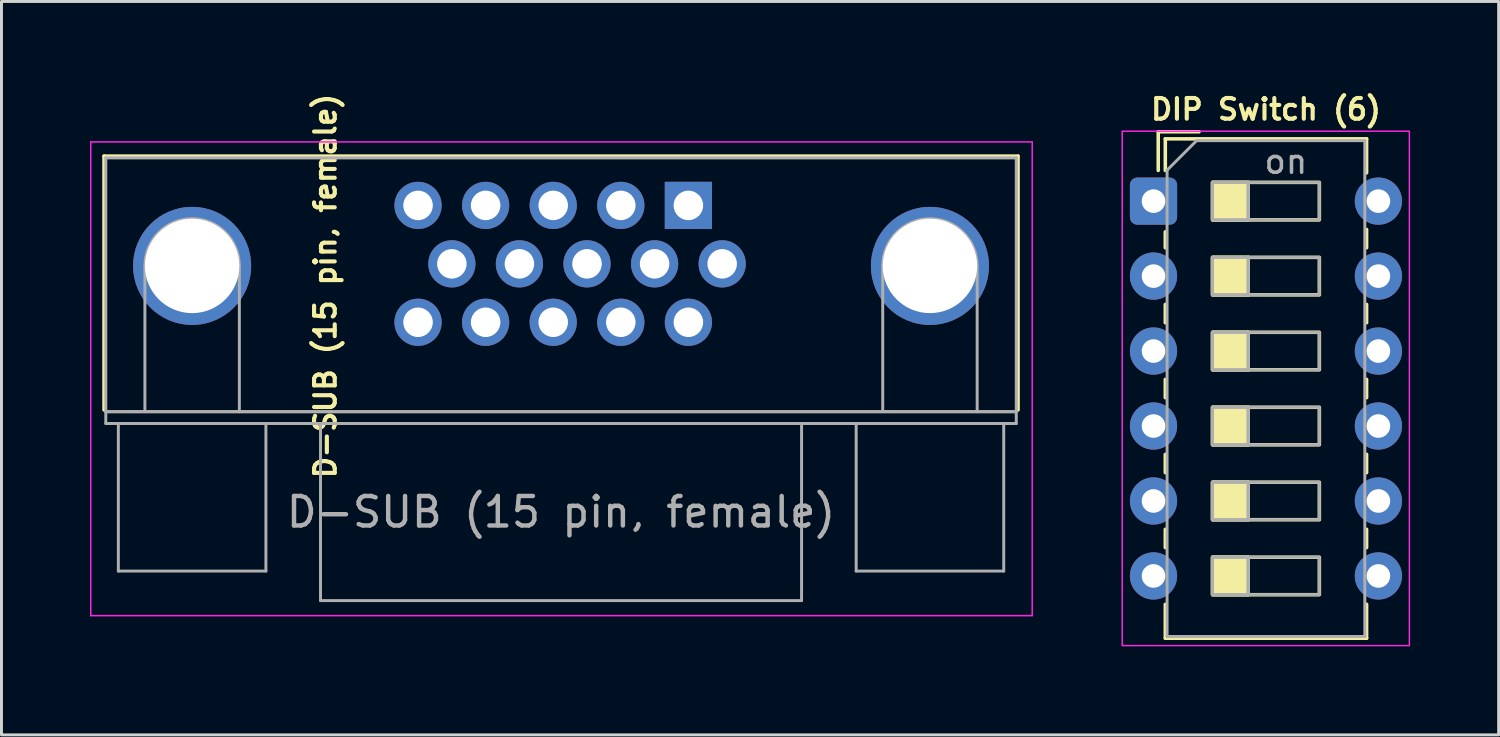
<source format=kicad_pcb>
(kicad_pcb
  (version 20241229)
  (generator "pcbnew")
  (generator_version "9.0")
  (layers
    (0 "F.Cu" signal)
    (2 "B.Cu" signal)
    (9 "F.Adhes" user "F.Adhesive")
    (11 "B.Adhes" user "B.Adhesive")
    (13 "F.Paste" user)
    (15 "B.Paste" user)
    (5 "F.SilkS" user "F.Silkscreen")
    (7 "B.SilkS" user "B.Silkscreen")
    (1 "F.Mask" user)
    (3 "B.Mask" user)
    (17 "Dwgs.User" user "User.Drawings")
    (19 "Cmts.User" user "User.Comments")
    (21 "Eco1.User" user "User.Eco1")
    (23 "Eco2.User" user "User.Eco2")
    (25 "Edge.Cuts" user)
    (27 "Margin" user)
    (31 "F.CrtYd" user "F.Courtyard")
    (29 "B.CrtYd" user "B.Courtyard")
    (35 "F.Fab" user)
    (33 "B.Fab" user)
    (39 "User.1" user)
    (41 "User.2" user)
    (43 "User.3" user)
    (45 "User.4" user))
  (footprint "DIP Switch (6)"
    (layer "F.Cu")
    (at 36.035 3.765)
    (property "Reference" "DIP Switch (6)" (at 3.81 -3.11 0) (layer "F.SilkS") (effects (font (size 0.7 0.7) (thickness 0.14) (bold yes))))
    (attr through_hole)
    (fp_line (start 0.16 -2.35) (end 0.16 -1.04) (stroke (width 0.12) (type solid)) (layer "F.SilkS"))
    (fp_line (start 0.16 -2.35) (end 1.543 -2.35) (stroke (width 0.12) (type solid)) (layer "F.SilkS"))
    (fp_line (start 0.4 -2.11) (end 0.4 -1.04) (stroke (width 0.12) (type solid)) (layer "F.SilkS"))
    (fp_line (start 0.4 -2.11) (end 7.22 -2.11) (stroke (width 0.12) (type solid)) (layer "F.SilkS"))
    (fp_line (start 0.4 1.04) (end 0.4 1.58) (stroke (width 0.12) (type solid)) (layer "F.SilkS"))
    (fp_line (start 0.4 3.5) (end 0.4 4.12) (stroke (width 0.12) (type solid)) (layer "F.SilkS"))
    (fp_line (start 0.4 6.04) (end 0.4 6.66) (stroke (width 0.12) (type solid)) (layer "F.SilkS"))
    (fp_line (start 0.4 8.58) (end 0.4 9.2) (stroke (width 0.12) (type solid)) (layer "F.SilkS"))
    (fp_line (start 0.4 11.12) (end 0.4 11.74) (stroke (width 0.12) (type solid)) (layer "F.SilkS"))
    (fp_line (start 0.4 13.66) (end 0.4 14.81) (stroke (width 0.12) (type solid)) (layer "F.SilkS"))
    (fp_line (start 0.4 14.81) (end 7.22 14.81) (stroke (width 0.12) (type solid)) (layer "F.SilkS"))
    (fp_line (start 3.207 -0.635) (end 3.207 0.635) (stroke (width 0.12) (type solid)) (layer "F.SilkS"))
    (fp_line (start 3.207 1.905) (end 3.207 3.175) (stroke (width 0.12) (type solid)) (layer "F.SilkS"))
    (fp_line (start 3.207 4.445) (end 3.207 5.715) (stroke (width 0.12) (type solid)) (layer "F.SilkS"))
    (fp_line (start 3.207 6.985) (end 3.207 8.255) (stroke (width 0.12) (type solid)) (layer "F.SilkS"))
    (fp_line (start 3.207 9.525) (end 3.207 10.795) (stroke (width 0.12) (type solid)) (layer "F.SilkS"))
    (fp_line (start 3.207 12.065) (end 3.207 13.335) (stroke (width 0.12) (type solid)) (layer "F.SilkS"))
    (fp_line (start 7.22 -2.11) (end 7.22 -0.96) (stroke (width 0.12) (type solid)) (layer "F.SilkS"))
    (fp_line (start 7.22 0.96) (end 7.22 1.58) (stroke (width 0.12) (type solid)) (layer "F.SilkS"))
    (fp_line (start 7.22 3.5) (end 7.22 4.12) (stroke (width 0.12) (type solid)) (layer "F.SilkS"))
    (fp_line (start 7.22 6.04) (end 7.22 6.66) (stroke (width 0.12) (type solid)) (layer "F.SilkS"))
    (fp_line (start 7.22 8.58) (end 7.22 9.2) (stroke (width 0.12) (type solid)) (layer "F.SilkS"))
    (fp_line (start 7.22 11.12) (end 7.22 11.74) (stroke (width 0.12) (type solid)) (layer "F.SilkS"))
    (fp_line (start 7.22 13.66) (end 7.22 14.81) (stroke (width 0.12) (type solid)) (layer "F.SilkS"))
    (fp_rect (start 2 -0.635) (end 3.207 0.635) (stroke (width 0.12) (type solid)) (fill yes) (layer "F.SilkS"))
    (fp_rect (start 2 -0.635) (end 5.62 0.635) (stroke (width 0.12) (type solid)) (fill no) (layer "F.SilkS"))
    (fp_rect (start 2 1.905) (end 3.207 3.175) (stroke (width 0.12) (type solid)) (fill yes) (layer "F.SilkS"))
    (fp_rect (start 2 1.905) (end 5.62 3.175) (stroke (width 0.12) (type solid)) (fill no) (layer "F.SilkS"))
    (fp_rect (start 2 4.445) (end 3.207 5.715) (stroke (width 0.12) (type solid)) (fill yes) (layer "F.SilkS"))
    (fp_rect (start 2 4.445) (end 5.62 5.715) (stroke (width 0.12) (type solid)) (fill no) (layer "F.SilkS"))
    (fp_rect (start 2 6.985) (end 3.207 8.255) (stroke (width 0.12) (type solid)) (fill yes) (layer "F.SilkS"))
    (fp_rect (start 2 6.985) (end 5.62 8.255) (stroke (width 0.12) (type solid)) (fill no) (layer "F.SilkS"))
    (fp_rect (start 2 9.525) (end 3.207 10.795) (stroke (width 0.12) (type solid)) (fill yes) (layer "F.SilkS"))
    (fp_rect (start 2 9.525) (end 5.62 10.795) (stroke (width 0.12) (type solid)) (fill no) (layer "F.SilkS"))
    (fp_rect (start 2 12.065) (end 3.207 13.335) (stroke (width 0.12) (type solid)) (fill yes) (layer "F.SilkS"))
    (fp_rect (start 2 12.065) (end 5.62 13.335) (stroke (width 0.12) (type solid)) (fill no) (layer "F.SilkS"))
    (fp_rect (start -1.06 -2.37) (end 8.67 15.06) (stroke (width 0.05) (type solid)) (fill no) (layer "F.CrtYd"))
    (fp_line (start 0.46 -1.05) (end 1.46 -2.05) (stroke (width 0.1) (type solid)) (layer "F.Fab"))
    (fp_line (start 0.46 14.75) (end 0.46 -1.05) (stroke (width 0.1) (type solid)) (layer "F.Fab"))
    (fp_line (start 1.46 -2.05) (end 7.16 -2.05) (stroke (width 0.1) (type solid)) (layer "F.Fab"))
    (fp_line (start 3.207 -0.635) (end 3.207 0.635) (stroke (width 0.1) (type solid)) (layer "F.Fab"))
    (fp_line (start 3.207 1.905) (end 3.207 3.175) (stroke (width 0.1) (type solid)) (layer "F.Fab"))
    (fp_line (start 3.207 4.445) (end 3.207 5.715) (stroke (width 0.1) (type solid)) (layer "F.Fab"))
    (fp_line (start 3.207 6.985) (end 3.207 8.255) (stroke (width 0.1) (type solid)) (layer "F.Fab"))
    (fp_line (start 3.207 9.525) (end 3.207 10.795) (stroke (width 0.1) (type solid)) (layer "F.Fab"))
    (fp_line (start 3.207 12.065) (end 3.207 13.335) (stroke (width 0.1) (type solid)) (layer "F.Fab"))
    (fp_line (start 7.16 -2.05) (end 7.16 14.75) (stroke (width 0.1) (type solid)) (layer "F.Fab"))
    (fp_line (start 7.16 14.75) (end 0.46 14.75) (stroke (width 0.1) (type solid)) (layer "F.Fab"))
    (fp_rect (start 2 -0.635) (end 3.207 0.635) (stroke (width 0.1) (type solid)) (fill no) (layer "F.Fab"))
    (fp_rect (start 2 -0.635) (end 5.62 0.635) (stroke (width 0.1) (type solid)) (fill no) (layer "F.Fab"))
    (fp_rect (start 2 1.905) (end 3.207 3.175) (stroke (width 0.1) (type solid)) (fill no) (layer "F.Fab"))
    (fp_rect (start 2 1.905) (end 5.62 3.175) (stroke (width 0.1) (type solid)) (fill no) (layer "F.Fab"))
    (fp_rect (start 2 4.445) (end 3.207 5.715) (stroke (width 0.1) (type solid)) (fill no) (layer "F.Fab"))
    (fp_rect (start 2 4.445) (end 5.62 5.715) (stroke (width 0.1) (type solid)) (fill no) (layer "F.Fab"))
    (fp_rect (start 2 6.985) (end 3.207 8.255) (stroke (width 0.1) (type solid)) (fill no) (layer "F.Fab"))
    (fp_rect (start 2 6.985) (end 5.62 8.255) (stroke (width 0.1) (type solid)) (fill no) (layer "F.Fab"))
    (fp_rect (start 2 9.525) (end 3.207 10.795) (stroke (width 0.1) (type solid)) (fill no) (layer "F.Fab"))
    (fp_rect (start 2 9.525) (end 5.62 10.795) (stroke (width 0.1) (type solid)) (fill no) (layer "F.Fab"))
    (fp_rect (start 2 12.065) (end 3.207 13.335) (stroke (width 0.1) (type solid)) (fill no) (layer "F.Fab"))
    (fp_rect (start 2 12.065) (end 5.62 13.335) (stroke (width 0.1) (type solid)) (fill no) (layer "F.Fab"))
    (fp_text user "on" (at 4.485 -1.343 0) (layer "F.Fab") (effects (font (size 0.8 0.8) (thickness 0.12))))
    (pad "1" thru_hole roundrect (at 0 0) (size 1.6 1.6) (drill 0.8) (layers "*.Cu" "*.Mask") (roundrect_rratio 0.156))
    (pad "2" thru_hole circle (at 0 2.54) (size 1.6 1.6) (drill 0.8) (layers "*.Cu" "*.Mask"))
    (pad "3" thru_hole circle (at 0 5.08) (size 1.6 1.6) (drill 0.8) (layers "*.Cu" "*.Mask"))
    (pad "4" thru_hole circle (at 0 7.62) (size 1.6 1.6) (drill 0.8) (layers "*.Cu" "*.Mask"))
    (pad "5" thru_hole circle (at 0 10.16) (size 1.6 1.6) (drill 0.8) (layers "*.Cu" "*.Mask"))
    (pad "6" thru_hole circle (at 0 12.7) (size 1.6 1.6) (drill 0.8) (layers "*.Cu" "*.Mask"))
    (pad "7" thru_hole circle (at 7.62 12.7) (size 1.6 1.6) (drill 0.8) (layers "*.Cu" "*.Mask"))
    (pad "8" thru_hole circle (at 7.62 10.16) (size 1.6 1.6) (drill 0.8) (layers "*.Cu" "*.Mask"))
    (pad "9" thru_hole circle (at 7.62 7.62) (size 1.6 1.6) (drill 0.8) (layers "*.Cu" "*.Mask"))
    (pad "10" thru_hole circle (at 7.62 5.08) (size 1.6 1.6) (drill 0.8) (layers "*.Cu" "*.Mask"))
    (pad "11" thru_hole circle (at 7.62 2.54) (size 1.6 1.6) (drill 0.8) (layers "*.Cu" "*.Mask"))
    (pad "12" thru_hole circle (at 7.62 0) (size 1.6 1.6) (drill 0.8) (layers "*.Cu" "*.Mask")))
  (footprint "D-SUB (15 pin, female)"
    (layer "F.Cu")
    (at 20.275 3.91)
    (property "Reference" "D-SUB (15 pin, female)" (at -12.3 2.73 90) (layer "F.SilkS") (effects (font (size 0.7 0.7) (thickness 0.14))))
    (attr through_hole)
    (fp_line (start -19.8 -1.67) (end 11.17 -1.67) (stroke (width 0.12) (type solid)) (layer "F.SilkS"))
    (fp_line (start -19.8 6.93) (end -19.8 -1.67) (stroke (width 0.12) (type solid)) (layer "F.SilkS"))
    (fp_line (start 11.17 -1.67) (end 11.17 6.93) (stroke (width 0.12) (type solid)) (layer "F.SilkS"))
    (fp_line (start -20.25 -2.15) (end -20.25 13.9) (stroke (width 0.05) (type solid)) (layer "F.CrtYd"))
    (fp_line (start -20.25 13.9) (end 11.65 13.9) (stroke (width 0.05) (type solid)) (layer "F.CrtYd"))
    (fp_line (start 11.65 -2.15) (end -20.25 -2.15) (stroke (width 0.05) (type solid)) (layer "F.CrtYd"))
    (fp_line (start 11.65 13.9) (end 11.65 -2.15) (stroke (width 0.05) (type solid)) (layer "F.CrtYd"))
    (fp_line (start -19.74 -1.61) (end -19.74 6.99) (stroke (width 0.1) (type solid)) (layer "F.Fab"))
    (fp_line (start -19.74 6.99) (end -19.74 7.39) (stroke (width 0.1) (type solid)) (layer "F.Fab"))
    (fp_line (start -19.74 6.99) (end 11.11 6.99) (stroke (width 0.1) (type solid)) (layer "F.Fab"))
    (fp_line (start -19.74 7.39) (end 11.11 7.39) (stroke (width 0.1) (type solid)) (layer "F.Fab"))
    (fp_line (start -19.315 7.39) (end -19.315 12.39) (stroke (width 0.1) (type solid)) (layer "F.Fab"))
    (fp_line (start -19.315 12.39) (end -14.315 12.39) (stroke (width 0.1) (type solid)) (layer "F.Fab"))
    (fp_line (start -18.415 6.99) (end -18.415 2.05) (stroke (width 0.1) (type solid)) (layer "F.Fab"))
    (fp_line (start -15.215 6.99) (end -15.215 2.05) (stroke (width 0.1) (type solid)) (layer "F.Fab"))
    (fp_line (start -14.315 7.39) (end -19.315 7.39) (stroke (width 0.1) (type solid)) (layer "F.Fab"))
    (fp_line (start -14.315 12.39) (end -14.315 7.39) (stroke (width 0.1) (type solid)) (layer "F.Fab"))
    (fp_line (start -12.465 7.39) (end -12.465 13.39) (stroke (width 0.1) (type solid)) (layer "F.Fab"))
    (fp_line (start -12.465 13.39) (end 3.835 13.39) (stroke (width 0.1) (type solid)) (layer "F.Fab"))
    (fp_line (start 3.835 7.39) (end -12.465 7.39) (stroke (width 0.1) (type solid)) (layer "F.Fab"))
    (fp_line (start 3.835 13.39) (end 3.835 7.39) (stroke (width 0.1) (type solid)) (layer "F.Fab"))
    (fp_line (start 5.685 7.39) (end 5.685 12.39) (stroke (width 0.1) (type solid)) (layer "F.Fab"))
    (fp_line (start 5.685 12.39) (end 10.685 12.39) (stroke (width 0.1) (type solid)) (layer "F.Fab"))
    (fp_line (start 6.585 6.99) (end 6.585 2.05) (stroke (width 0.1) (type solid)) (layer "F.Fab"))
    (fp_line (start 9.785 6.99) (end 9.785 2.05) (stroke (width 0.1) (type solid)) (layer "F.Fab"))
    (fp_line (start 10.685 7.39) (end 5.685 7.39) (stroke (width 0.1) (type solid)) (layer "F.Fab"))
    (fp_line (start 10.685 12.39) (end 10.685 7.39) (stroke (width 0.1) (type solid)) (layer "F.Fab"))
    (fp_line (start 11.11 -1.61) (end -19.74 -1.61) (stroke (width 0.1) (type solid)) (layer "F.Fab"))
    (fp_line (start 11.11 6.99) (end -19.74 6.99) (stroke (width 0.1) (type solid)) (layer "F.Fab"))
    (fp_line (start 11.11 6.99) (end 11.11 -1.61) (stroke (width 0.1) (type solid)) (layer "F.Fab"))
    (fp_line (start 11.11 7.39) (end 11.11 6.99) (stroke (width 0.1) (type solid)) (layer "F.Fab"))
    (fp_arc (start -18.415 2.05) (mid -16.815 0.45) (end -15.215 2.05) (stroke (width 0.1) (type solid)) (layer "F.Fab"))
    (fp_arc (start 6.585 2.05) (mid 8.185 0.45) (end 9.785 2.05) (stroke (width 0.1) (type solid)) (layer "F.Fab"))
    (fp_text user "${REFERENCE}" (at -4.315 10.39 0) (layer "F.Fab") (effects (font (size 1 1) (thickness 0.15))))
    (pad "0" thru_hole circle (at -16.815 2.05) (size 4 4) (drill 3.2) (layers "*.Cu" "*.Mask"))
    (pad "0" thru_hole circle (at 8.185 2.05) (size 4 4) (drill 3.2) (layers "*.Cu" "*.Mask"))
    (pad "1" thru_hole rect (at 0 0) (size 1.6 1.6) (drill 1) (layers "*.Cu" "*.Mask"))
    (pad "2" thru_hole circle (at -2.29 0) (size 1.6 1.6) (drill 1) (layers "*.Cu" "*.Mask"))
    (pad "3" thru_hole circle (at -4.58 0) (size 1.6 1.6) (drill 1) (layers "*.Cu" "*.Mask"))
    (pad "4" thru_hole circle (at -6.87 0) (size 1.6 1.6) (drill 1) (layers "*.Cu" "*.Mask"))
    (pad "5" thru_hole circle (at -9.16 0) (size 1.6 1.6) (drill 1) (layers "*.Cu" "*.Mask"))
    (pad "6" thru_hole circle (at 1.145 1.98) (size 1.6 1.6) (drill 1) (layers "*.Cu" "*.Mask"))
    (pad "7" thru_hole circle (at -1.145 1.98) (size 1.6 1.6) (drill 1) (layers "*.Cu" "*.Mask"))
    (pad "8" thru_hole circle (at -3.435 1.98) (size 1.6 1.6) (drill 1) (layers "*.Cu" "*.Mask"))
    (pad "9" thru_hole circle (at -5.725 1.98) (size 1.6 1.6) (drill 1) (layers "*.Cu" "*.Mask"))
    (pad "10" thru_hole circle (at -8.015 1.98) (size 1.6 1.6) (drill 1) (layers "*.Cu" "*.Mask"))
    (pad "11" thru_hole circle (at 0 3.96) (size 1.6 1.6) (drill 1) (layers "*.Cu" "*.Mask"))
    (pad "12" thru_hole circle (at -2.29 3.96) (size 1.6 1.6) (drill 1) (layers "*.Cu" "*.Mask"))
    (pad "13" thru_hole circle (at -4.58 3.96) (size 1.6 1.6) (drill 1) (layers "*.Cu" "*.Mask"))
    (pad "14" thru_hole circle (at -6.87 3.96) (size 1.6 1.6) (drill 1) (layers "*.Cu" "*.Mask"))
    (pad "15" thru_hole circle (at -9.16 3.96) (size 1.6 1.6) (drill 1) (layers "*.Cu" "*.Mask")))
  (gr_rect
    (start -3 -3)
    (end 47.73 21.85)
    (stroke (width 0.1) (type default))
    (fill no)
    (layer "Edge.Cuts")))
</source>
